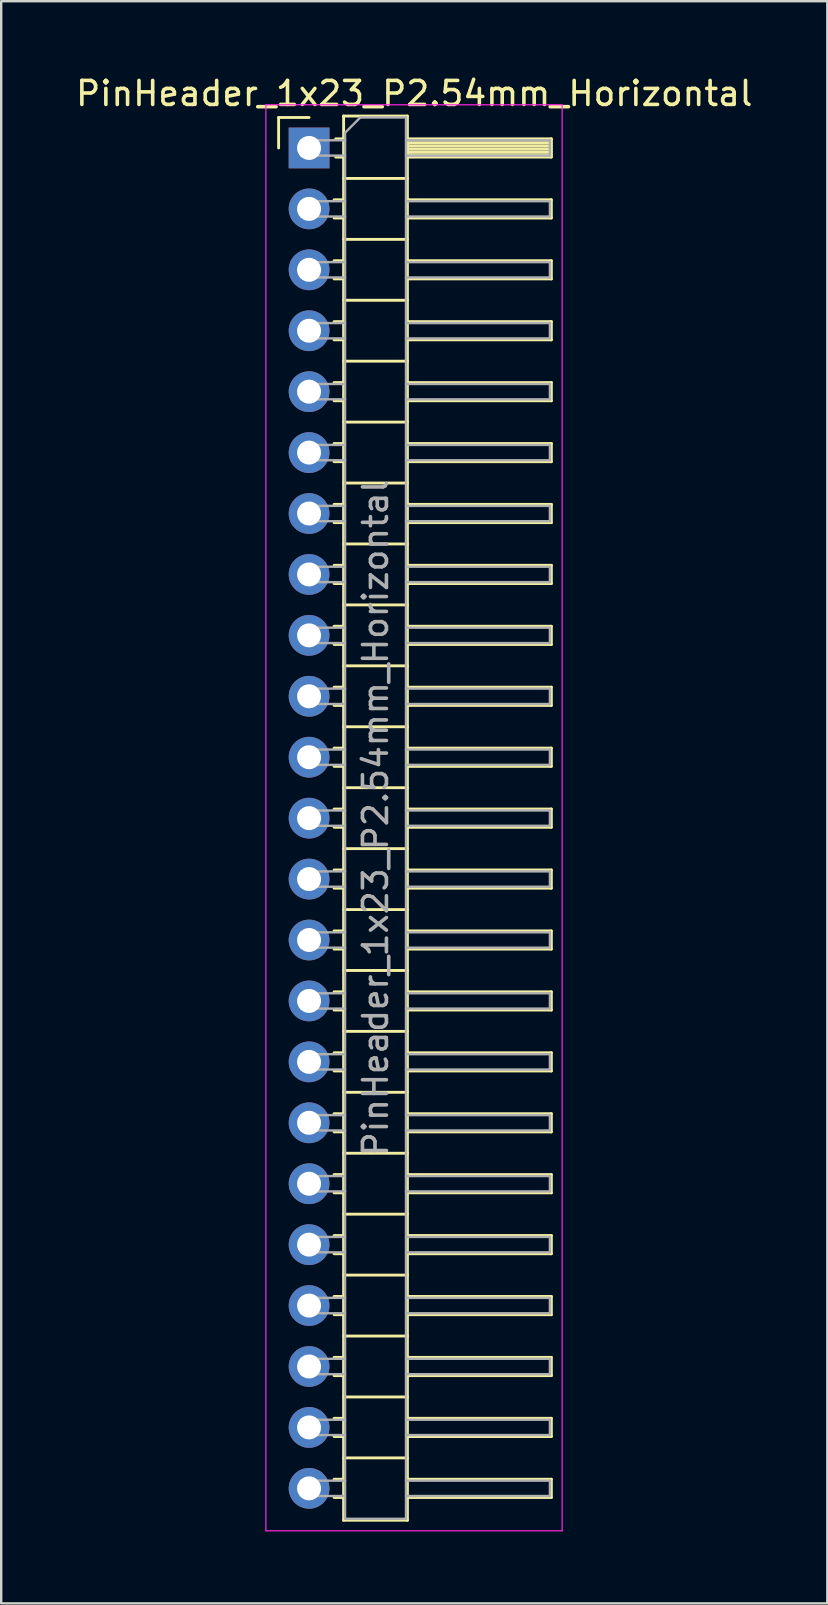
<source format=kicad_pcb>
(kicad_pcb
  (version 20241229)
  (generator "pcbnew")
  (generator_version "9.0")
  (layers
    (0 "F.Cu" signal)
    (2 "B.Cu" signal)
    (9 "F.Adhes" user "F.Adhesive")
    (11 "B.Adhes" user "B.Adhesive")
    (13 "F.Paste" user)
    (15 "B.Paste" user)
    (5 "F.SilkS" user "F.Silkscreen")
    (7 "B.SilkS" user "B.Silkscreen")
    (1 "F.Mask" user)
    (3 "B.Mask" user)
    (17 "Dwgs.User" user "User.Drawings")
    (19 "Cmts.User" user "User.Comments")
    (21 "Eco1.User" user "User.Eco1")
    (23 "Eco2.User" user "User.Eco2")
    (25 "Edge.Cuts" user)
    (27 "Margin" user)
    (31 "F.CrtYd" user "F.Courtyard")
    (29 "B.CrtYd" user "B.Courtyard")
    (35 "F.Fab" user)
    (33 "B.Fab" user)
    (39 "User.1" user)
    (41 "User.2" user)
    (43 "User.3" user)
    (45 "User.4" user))
  (footprint "PinHeader_1x23_P2.54mm_Horizontal"
    (layer "F.Cu")
    (at 9.835 3.118)
    (property "Reference" "PinHeader_1x23_P2.54mm_Horizontal" (at 4.385 -2.27 0) (layer "F.SilkS") (effects (font (size 1 1) (thickness 0.15))))
    (attr through_hole)
    (fp_line (start -1.27 -1.27) (end 0 -1.27) (stroke (width 0.12) (type solid)) (layer "F.SilkS"))
    (fp_line (start -1.27 0) (end -1.27 -1.27) (stroke (width 0.12) (type solid)) (layer "F.SilkS"))
    (fp_line (start 1.043 2.16) (end 1.44 2.16) (stroke (width 0.12) (type solid)) (layer "F.SilkS"))
    (fp_line (start 1.043 2.92) (end 1.44 2.92) (stroke (width 0.12) (type solid)) (layer "F.SilkS"))
    (fp_line (start 1.043 4.7) (end 1.44 4.7) (stroke (width 0.12) (type solid)) (layer "F.SilkS"))
    (fp_line (start 1.043 5.46) (end 1.44 5.46) (stroke (width 0.12) (type solid)) (layer "F.SilkS"))
    (fp_line (start 1.043 7.24) (end 1.44 7.24) (stroke (width 0.12) (type solid)) (layer "F.SilkS"))
    (fp_line (start 1.043 8) (end 1.44 8) (stroke (width 0.12) (type solid)) (layer "F.SilkS"))
    (fp_line (start 1.043 9.78) (end 1.44 9.78) (stroke (width 0.12) (type solid)) (layer "F.SilkS"))
    (fp_line (start 1.043 10.54) (end 1.44 10.54) (stroke (width 0.12) (type solid)) (layer "F.SilkS"))
    (fp_line (start 1.043 12.32) (end 1.44 12.32) (stroke (width 0.12) (type solid)) (layer "F.SilkS"))
    (fp_line (start 1.043 13.08) (end 1.44 13.08) (stroke (width 0.12) (type solid)) (layer "F.SilkS"))
    (fp_line (start 1.043 14.86) (end 1.44 14.86) (stroke (width 0.12) (type solid)) (layer "F.SilkS"))
    (fp_line (start 1.043 15.62) (end 1.44 15.62) (stroke (width 0.12) (type solid)) (layer "F.SilkS"))
    (fp_line (start 1.043 17.4) (end 1.44 17.4) (stroke (width 0.12) (type solid)) (layer "F.SilkS"))
    (fp_line (start 1.043 18.16) (end 1.44 18.16) (stroke (width 0.12) (type solid)) (layer "F.SilkS"))
    (fp_line (start 1.043 19.94) (end 1.44 19.94) (stroke (width 0.12) (type solid)) (layer "F.SilkS"))
    (fp_line (start 1.043 20.7) (end 1.44 20.7) (stroke (width 0.12) (type solid)) (layer "F.SilkS"))
    (fp_line (start 1.043 22.48) (end 1.44 22.48) (stroke (width 0.12) (type solid)) (layer "F.SilkS"))
    (fp_line (start 1.043 23.24) (end 1.44 23.24) (stroke (width 0.12) (type solid)) (layer "F.SilkS"))
    (fp_line (start 1.043 25.02) (end 1.44 25.02) (stroke (width 0.12) (type solid)) (layer "F.SilkS"))
    (fp_line (start 1.043 25.78) (end 1.44 25.78) (stroke (width 0.12) (type solid)) (layer "F.SilkS"))
    (fp_line (start 1.043 27.56) (end 1.44 27.56) (stroke (width 0.12) (type solid)) (layer "F.SilkS"))
    (fp_line (start 1.043 28.32) (end 1.44 28.32) (stroke (width 0.12) (type solid)) (layer "F.SilkS"))
    (fp_line (start 1.043 30.1) (end 1.44 30.1) (stroke (width 0.12) (type solid)) (layer "F.SilkS"))
    (fp_line (start 1.043 30.86) (end 1.44 30.86) (stroke (width 0.12) (type solid)) (layer "F.SilkS"))
    (fp_line (start 1.043 32.64) (end 1.44 32.64) (stroke (width 0.12) (type solid)) (layer "F.SilkS"))
    (fp_line (start 1.043 33.4) (end 1.44 33.4) (stroke (width 0.12) (type solid)) (layer "F.SilkS"))
    (fp_line (start 1.043 35.18) (end 1.44 35.18) (stroke (width 0.12) (type solid)) (layer "F.SilkS"))
    (fp_line (start 1.043 35.94) (end 1.44 35.94) (stroke (width 0.12) (type solid)) (layer "F.SilkS"))
    (fp_line (start 1.043 37.72) (end 1.44 37.72) (stroke (width 0.12) (type solid)) (layer "F.SilkS"))
    (fp_line (start 1.043 38.48) (end 1.44 38.48) (stroke (width 0.12) (type solid)) (layer "F.SilkS"))
    (fp_line (start 1.043 40.26) (end 1.44 40.26) (stroke (width 0.12) (type solid)) (layer "F.SilkS"))
    (fp_line (start 1.043 41.02) (end 1.44 41.02) (stroke (width 0.12) (type solid)) (layer "F.SilkS"))
    (fp_line (start 1.043 42.8) (end 1.44 42.8) (stroke (width 0.12) (type solid)) (layer "F.SilkS"))
    (fp_line (start 1.043 43.56) (end 1.44 43.56) (stroke (width 0.12) (type solid)) (layer "F.SilkS"))
    (fp_line (start 1.043 45.34) (end 1.44 45.34) (stroke (width 0.12) (type solid)) (layer "F.SilkS"))
    (fp_line (start 1.043 46.1) (end 1.44 46.1) (stroke (width 0.12) (type solid)) (layer "F.SilkS"))
    (fp_line (start 1.043 47.88) (end 1.44 47.88) (stroke (width 0.12) (type solid)) (layer "F.SilkS"))
    (fp_line (start 1.043 48.64) (end 1.44 48.64) (stroke (width 0.12) (type solid)) (layer "F.SilkS"))
    (fp_line (start 1.043 50.42) (end 1.44 50.42) (stroke (width 0.12) (type solid)) (layer "F.SilkS"))
    (fp_line (start 1.043 51.18) (end 1.44 51.18) (stroke (width 0.12) (type solid)) (layer "F.SilkS"))
    (fp_line (start 1.043 52.96) (end 1.44 52.96) (stroke (width 0.12) (type solid)) (layer "F.SilkS"))
    (fp_line (start 1.043 53.72) (end 1.44 53.72) (stroke (width 0.12) (type solid)) (layer "F.SilkS"))
    (fp_line (start 1.043 55.5) (end 1.44 55.5) (stroke (width 0.12) (type solid)) (layer "F.SilkS"))
    (fp_line (start 1.043 56.26) (end 1.44 56.26) (stroke (width 0.12) (type solid)) (layer "F.SilkS"))
    (fp_line (start 1.11 -0.38) (end 1.44 -0.38) (stroke (width 0.12) (type solid)) (layer "F.SilkS"))
    (fp_line (start 1.11 0.38) (end 1.44 0.38) (stroke (width 0.12) (type solid)) (layer "F.SilkS"))
    (fp_line (start 1.44 -1.33) (end 1.44 57.21) (stroke (width 0.12) (type solid)) (layer "F.SilkS"))
    (fp_line (start 1.44 1.27) (end 4.1 1.27) (stroke (width 0.12) (type solid)) (layer "F.SilkS"))
    (fp_line (start 1.44 3.81) (end 4.1 3.81) (stroke (width 0.12) (type solid)) (layer "F.SilkS"))
    (fp_line (start 1.44 6.35) (end 4.1 6.35) (stroke (width 0.12) (type solid)) (layer "F.SilkS"))
    (fp_line (start 1.44 8.89) (end 4.1 8.89) (stroke (width 0.12) (type solid)) (layer "F.SilkS"))
    (fp_line (start 1.44 11.43) (end 4.1 11.43) (stroke (width 0.12) (type solid)) (layer "F.SilkS"))
    (fp_line (start 1.44 13.97) (end 4.1 13.97) (stroke (width 0.12) (type solid)) (layer "F.SilkS"))
    (fp_line (start 1.44 16.51) (end 4.1 16.51) (stroke (width 0.12) (type solid)) (layer "F.SilkS"))
    (fp_line (start 1.44 19.05) (end 4.1 19.05) (stroke (width 0.12) (type solid)) (layer "F.SilkS"))
    (fp_line (start 1.44 21.59) (end 4.1 21.59) (stroke (width 0.12) (type solid)) (layer "F.SilkS"))
    (fp_line (start 1.44 24.13) (end 4.1 24.13) (stroke (width 0.12) (type solid)) (layer "F.SilkS"))
    (fp_line (start 1.44 26.67) (end 4.1 26.67) (stroke (width 0.12) (type solid)) (layer "F.SilkS"))
    (fp_line (start 1.44 29.21) (end 4.1 29.21) (stroke (width 0.12) (type solid)) (layer "F.SilkS"))
    (fp_line (start 1.44 31.75) (end 4.1 31.75) (stroke (width 0.12) (type solid)) (layer "F.SilkS"))
    (fp_line (start 1.44 34.29) (end 4.1 34.29) (stroke (width 0.12) (type solid)) (layer "F.SilkS"))
    (fp_line (start 1.44 36.83) (end 4.1 36.83) (stroke (width 0.12) (type solid)) (layer "F.SilkS"))
    (fp_line (start 1.44 39.37) (end 4.1 39.37) (stroke (width 0.12) (type solid)) (layer "F.SilkS"))
    (fp_line (start 1.44 41.91) (end 4.1 41.91) (stroke (width 0.12) (type solid)) (layer "F.SilkS"))
    (fp_line (start 1.44 44.45) (end 4.1 44.45) (stroke (width 0.12) (type solid)) (layer "F.SilkS"))
    (fp_line (start 1.44 46.99) (end 4.1 46.99) (stroke (width 0.12) (type solid)) (layer "F.SilkS"))
    (fp_line (start 1.44 49.53) (end 4.1 49.53) (stroke (width 0.12) (type solid)) (layer "F.SilkS"))
    (fp_line (start 1.44 52.07) (end 4.1 52.07) (stroke (width 0.12) (type solid)) (layer "F.SilkS"))
    (fp_line (start 1.44 54.61) (end 4.1 54.61) (stroke (width 0.12) (type solid)) (layer "F.SilkS"))
    (fp_line (start 1.44 57.21) (end 4.1 57.21) (stroke (width 0.12) (type solid)) (layer "F.SilkS"))
    (fp_line (start 4.1 -1.33) (end 1.44 -1.33) (stroke (width 0.12) (type solid)) (layer "F.SilkS"))
    (fp_line (start 4.1 -0.38) (end 10.1 -0.38) (stroke (width 0.12) (type solid)) (layer "F.SilkS"))
    (fp_line (start 4.1 -0.32) (end 10.1 -0.32) (stroke (width 0.12) (type solid)) (layer "F.SilkS"))
    (fp_line (start 4.1 -0.2) (end 10.1 -0.2) (stroke (width 0.12) (type solid)) (layer "F.SilkS"))
    (fp_line (start 4.1 -0.08) (end 10.1 -0.08) (stroke (width 0.12) (type solid)) (layer "F.SilkS"))
    (fp_line (start 4.1 0.04) (end 10.1 0.04) (stroke (width 0.12) (type solid)) (layer "F.SilkS"))
    (fp_line (start 4.1 0.16) (end 10.1 0.16) (stroke (width 0.12) (type solid)) (layer "F.SilkS"))
    (fp_line (start 4.1 0.28) (end 10.1 0.28) (stroke (width 0.12) (type solid)) (layer "F.SilkS"))
    (fp_line (start 4.1 2.16) (end 10.1 2.16) (stroke (width 0.12) (type solid)) (layer "F.SilkS"))
    (fp_line (start 4.1 4.7) (end 10.1 4.7) (stroke (width 0.12) (type solid)) (layer "F.SilkS"))
    (fp_line (start 4.1 7.24) (end 10.1 7.24) (stroke (width 0.12) (type solid)) (layer "F.SilkS"))
    (fp_line (start 4.1 9.78) (end 10.1 9.78) (stroke (width 0.12) (type solid)) (layer "F.SilkS"))
    (fp_line (start 4.1 12.32) (end 10.1 12.32) (stroke (width 0.12) (type solid)) (layer "F.SilkS"))
    (fp_line (start 4.1 14.86) (end 10.1 14.86) (stroke (width 0.12) (type solid)) (layer "F.SilkS"))
    (fp_line (start 4.1 17.4) (end 10.1 17.4) (stroke (width 0.12) (type solid)) (layer "F.SilkS"))
    (fp_line (start 4.1 19.94) (end 10.1 19.94) (stroke (width 0.12) (type solid)) (layer "F.SilkS"))
    (fp_line (start 4.1 22.48) (end 10.1 22.48) (stroke (width 0.12) (type solid)) (layer "F.SilkS"))
    (fp_line (start 4.1 25.02) (end 10.1 25.02) (stroke (width 0.12) (type solid)) (layer "F.SilkS"))
    (fp_line (start 4.1 27.56) (end 10.1 27.56) (stroke (width 0.12) (type solid)) (layer "F.SilkS"))
    (fp_line (start 4.1 30.1) (end 10.1 30.1) (stroke (width 0.12) (type solid)) (layer "F.SilkS"))
    (fp_line (start 4.1 32.64) (end 10.1 32.64) (stroke (width 0.12) (type solid)) (layer "F.SilkS"))
    (fp_line (start 4.1 35.18) (end 10.1 35.18) (stroke (width 0.12) (type solid)) (layer "F.SilkS"))
    (fp_line (start 4.1 37.72) (end 10.1 37.72) (stroke (width 0.12) (type solid)) (layer "F.SilkS"))
    (fp_line (start 4.1 40.26) (end 10.1 40.26) (stroke (width 0.12) (type solid)) (layer "F.SilkS"))
    (fp_line (start 4.1 42.8) (end 10.1 42.8) (stroke (width 0.12) (type solid)) (layer "F.SilkS"))
    (fp_line (start 4.1 45.34) (end 10.1 45.34) (stroke (width 0.12) (type solid)) (layer "F.SilkS"))
    (fp_line (start 4.1 47.88) (end 10.1 47.88) (stroke (width 0.12) (type solid)) (layer "F.SilkS"))
    (fp_line (start 4.1 50.42) (end 10.1 50.42) (stroke (width 0.12) (type solid)) (layer "F.SilkS"))
    (fp_line (start 4.1 52.96) (end 10.1 52.96) (stroke (width 0.12) (type solid)) (layer "F.SilkS"))
    (fp_line (start 4.1 55.5) (end 10.1 55.5) (stroke (width 0.12) (type solid)) (layer "F.SilkS"))
    (fp_line (start 4.1 57.21) (end 4.1 -1.33) (stroke (width 0.12) (type solid)) (layer "F.SilkS"))
    (fp_line (start 10.1 -0.38) (end 10.1 0.38) (stroke (width 0.12) (type solid)) (layer "F.SilkS"))
    (fp_line (start 10.1 0.38) (end 4.1 0.38) (stroke (width 0.12) (type solid)) (layer "F.SilkS"))
    (fp_line (start 10.1 2.16) (end 10.1 2.92) (stroke (width 0.12) (type solid)) (layer "F.SilkS"))
    (fp_line (start 10.1 2.92) (end 4.1 2.92) (stroke (width 0.12) (type solid)) (layer "F.SilkS"))
    (fp_line (start 10.1 4.7) (end 10.1 5.46) (stroke (width 0.12) (type solid)) (layer "F.SilkS"))
    (fp_line (start 10.1 5.46) (end 4.1 5.46) (stroke (width 0.12) (type solid)) (layer "F.SilkS"))
    (fp_line (start 10.1 7.24) (end 10.1 8) (stroke (width 0.12) (type solid)) (layer "F.SilkS"))
    (fp_line (start 10.1 8) (end 4.1 8) (stroke (width 0.12) (type solid)) (layer "F.SilkS"))
    (fp_line (start 10.1 9.78) (end 10.1 10.54) (stroke (width 0.12) (type solid)) (layer "F.SilkS"))
    (fp_line (start 10.1 10.54) (end 4.1 10.54) (stroke (width 0.12) (type solid)) (layer "F.SilkS"))
    (fp_line (start 10.1 12.32) (end 10.1 13.08) (stroke (width 0.12) (type solid)) (layer "F.SilkS"))
    (fp_line (start 10.1 13.08) (end 4.1 13.08) (stroke (width 0.12) (type solid)) (layer "F.SilkS"))
    (fp_line (start 10.1 14.86) (end 10.1 15.62) (stroke (width 0.12) (type solid)) (layer "F.SilkS"))
    (fp_line (start 10.1 15.62) (end 4.1 15.62) (stroke (width 0.12) (type solid)) (layer "F.SilkS"))
    (fp_line (start 10.1 17.4) (end 10.1 18.16) (stroke (width 0.12) (type solid)) (layer "F.SilkS"))
    (fp_line (start 10.1 18.16) (end 4.1 18.16) (stroke (width 0.12) (type solid)) (layer "F.SilkS"))
    (fp_line (start 10.1 19.94) (end 10.1 20.7) (stroke (width 0.12) (type solid)) (layer "F.SilkS"))
    (fp_line (start 10.1 20.7) (end 4.1 20.7) (stroke (width 0.12) (type solid)) (layer "F.SilkS"))
    (fp_line (start 10.1 22.48) (end 10.1 23.24) (stroke (width 0.12) (type solid)) (layer "F.SilkS"))
    (fp_line (start 10.1 23.24) (end 4.1 23.24) (stroke (width 0.12) (type solid)) (layer "F.SilkS"))
    (fp_line (start 10.1 25.02) (end 10.1 25.78) (stroke (width 0.12) (type solid)) (layer "F.SilkS"))
    (fp_line (start 10.1 25.78) (end 4.1 25.78) (stroke (width 0.12) (type solid)) (layer "F.SilkS"))
    (fp_line (start 10.1 27.56) (end 10.1 28.32) (stroke (width 0.12) (type solid)) (layer "F.SilkS"))
    (fp_line (start 10.1 28.32) (end 4.1 28.32) (stroke (width 0.12) (type solid)) (layer "F.SilkS"))
    (fp_line (start 10.1 30.1) (end 10.1 30.86) (stroke (width 0.12) (type solid)) (layer "F.SilkS"))
    (fp_line (start 10.1 30.86) (end 4.1 30.86) (stroke (width 0.12) (type solid)) (layer "F.SilkS"))
    (fp_line (start 10.1 32.64) (end 10.1 33.4) (stroke (width 0.12) (type solid)) (layer "F.SilkS"))
    (fp_line (start 10.1 33.4) (end 4.1 33.4) (stroke (width 0.12) (type solid)) (layer "F.SilkS"))
    (fp_line (start 10.1 35.18) (end 10.1 35.94) (stroke (width 0.12) (type solid)) (layer "F.SilkS"))
    (fp_line (start 10.1 35.94) (end 4.1 35.94) (stroke (width 0.12) (type solid)) (layer "F.SilkS"))
    (fp_line (start 10.1 37.72) (end 10.1 38.48) (stroke (width 0.12) (type solid)) (layer "F.SilkS"))
    (fp_line (start 10.1 38.48) (end 4.1 38.48) (stroke (width 0.12) (type solid)) (layer "F.SilkS"))
    (fp_line (start 10.1 40.26) (end 10.1 41.02) (stroke (width 0.12) (type solid)) (layer "F.SilkS"))
    (fp_line (start 10.1 41.02) (end 4.1 41.02) (stroke (width 0.12) (type solid)) (layer "F.SilkS"))
    (fp_line (start 10.1 42.8) (end 10.1 43.56) (stroke (width 0.12) (type solid)) (layer "F.SilkS"))
    (fp_line (start 10.1 43.56) (end 4.1 43.56) (stroke (width 0.12) (type solid)) (layer "F.SilkS"))
    (fp_line (start 10.1 45.34) (end 10.1 46.1) (stroke (width 0.12) (type solid)) (layer "F.SilkS"))
    (fp_line (start 10.1 46.1) (end 4.1 46.1) (stroke (width 0.12) (type solid)) (layer "F.SilkS"))
    (fp_line (start 10.1 47.88) (end 10.1 48.64) (stroke (width 0.12) (type solid)) (layer "F.SilkS"))
    (fp_line (start 10.1 48.64) (end 4.1 48.64) (stroke (width 0.12) (type solid)) (layer "F.SilkS"))
    (fp_line (start 10.1 50.42) (end 10.1 51.18) (stroke (width 0.12) (type solid)) (layer "F.SilkS"))
    (fp_line (start 10.1 51.18) (end 4.1 51.18) (stroke (width 0.12) (type solid)) (layer "F.SilkS"))
    (fp_line (start 10.1 52.96) (end 10.1 53.72) (stroke (width 0.12) (type solid)) (layer "F.SilkS"))
    (fp_line (start 10.1 53.72) (end 4.1 53.72) (stroke (width 0.12) (type solid)) (layer "F.SilkS"))
    (fp_line (start 10.1 55.5) (end 10.1 56.26) (stroke (width 0.12) (type solid)) (layer "F.SilkS"))
    (fp_line (start 10.1 56.26) (end 4.1 56.26) (stroke (width 0.12) (type solid)) (layer "F.SilkS"))
    (fp_line (start -1.8 -1.8) (end -1.8 57.65) (stroke (width 0.05) (type solid)) (layer "F.CrtYd"))
    (fp_line (start -1.8 57.65) (end 10.55 57.65) (stroke (width 0.05) (type solid)) (layer "F.CrtYd"))
    (fp_line (start 10.55 -1.8) (end -1.8 -1.8) (stroke (width 0.05) (type solid)) (layer "F.CrtYd"))
    (fp_line (start 10.55 57.65) (end 10.55 -1.8) (stroke (width 0.05) (type solid)) (layer "F.CrtYd"))
    (fp_line (start -0.32 -0.32) (end -0.32 0.32) (stroke (width 0.1) (type solid)) (layer "F.Fab"))
    (fp_line (start -0.32 -0.32) (end 1.5 -0.32) (stroke (width 0.1) (type solid)) (layer "F.Fab"))
    (fp_line (start -0.32 0.32) (end 1.5 0.32) (stroke (width 0.1) (type solid)) (layer "F.Fab"))
    (fp_line (start -0.32 2.22) (end -0.32 2.86) (stroke (width 0.1) (type solid)) (layer "F.Fab"))
    (fp_line (start -0.32 2.22) (end 1.5 2.22) (stroke (width 0.1) (type solid)) (layer "F.Fab"))
    (fp_line (start -0.32 2.86) (end 1.5 2.86) (stroke (width 0.1) (type solid)) (layer "F.Fab"))
    (fp_line (start -0.32 4.76) (end -0.32 5.4) (stroke (width 0.1) (type solid)) (layer "F.Fab"))
    (fp_line (start -0.32 4.76) (end 1.5 4.76) (stroke (width 0.1) (type solid)) (layer "F.Fab"))
    (fp_line (start -0.32 5.4) (end 1.5 5.4) (stroke (width 0.1) (type solid)) (layer "F.Fab"))
    (fp_line (start -0.32 7.3) (end -0.32 7.94) (stroke (width 0.1) (type solid)) (layer "F.Fab"))
    (fp_line (start -0.32 7.3) (end 1.5 7.3) (stroke (width 0.1) (type solid)) (layer "F.Fab"))
    (fp_line (start -0.32 7.94) (end 1.5 7.94) (stroke (width 0.1) (type solid)) (layer "F.Fab"))
    (fp_line (start -0.32 9.84) (end -0.32 10.48) (stroke (width 0.1) (type solid)) (layer "F.Fab"))
    (fp_line (start -0.32 9.84) (end 1.5 9.84) (stroke (width 0.1) (type solid)) (layer "F.Fab"))
    (fp_line (start -0.32 10.48) (end 1.5 10.48) (stroke (width 0.1) (type solid)) (layer "F.Fab"))
    (fp_line (start -0.32 12.38) (end -0.32 13.02) (stroke (width 0.1) (type solid)) (layer "F.Fab"))
    (fp_line (start -0.32 12.38) (end 1.5 12.38) (stroke (width 0.1) (type solid)) (layer "F.Fab"))
    (fp_line (start -0.32 13.02) (end 1.5 13.02) (stroke (width 0.1) (type solid)) (layer "F.Fab"))
    (fp_line (start -0.32 14.92) (end -0.32 15.56) (stroke (width 0.1) (type solid)) (layer "F.Fab"))
    (fp_line (start -0.32 14.92) (end 1.5 14.92) (stroke (width 0.1) (type solid)) (layer "F.Fab"))
    (fp_line (start -0.32 15.56) (end 1.5 15.56) (stroke (width 0.1) (type solid)) (layer "F.Fab"))
    (fp_line (start -0.32 17.46) (end -0.32 18.1) (stroke (width 0.1) (type solid)) (layer "F.Fab"))
    (fp_line (start -0.32 17.46) (end 1.5 17.46) (stroke (width 0.1) (type solid)) (layer "F.Fab"))
    (fp_line (start -0.32 18.1) (end 1.5 18.1) (stroke (width 0.1) (type solid)) (layer "F.Fab"))
    (fp_line (start -0.32 20) (end -0.32 20.64) (stroke (width 0.1) (type solid)) (layer "F.Fab"))
    (fp_line (start -0.32 20) (end 1.5 20) (stroke (width 0.1) (type solid)) (layer "F.Fab"))
    (fp_line (start -0.32 20.64) (end 1.5 20.64) (stroke (width 0.1) (type solid)) (layer "F.Fab"))
    (fp_line (start -0.32 22.54) (end -0.32 23.18) (stroke (width 0.1) (type solid)) (layer "F.Fab"))
    (fp_line (start -0.32 22.54) (end 1.5 22.54) (stroke (width 0.1) (type solid)) (layer "F.Fab"))
    (fp_line (start -0.32 23.18) (end 1.5 23.18) (stroke (width 0.1) (type solid)) (layer "F.Fab"))
    (fp_line (start -0.32 25.08) (end -0.32 25.72) (stroke (width 0.1) (type solid)) (layer "F.Fab"))
    (fp_line (start -0.32 25.08) (end 1.5 25.08) (stroke (width 0.1) (type solid)) (layer "F.Fab"))
    (fp_line (start -0.32 25.72) (end 1.5 25.72) (stroke (width 0.1) (type solid)) (layer "F.Fab"))
    (fp_line (start -0.32 27.62) (end -0.32 28.26) (stroke (width 0.1) (type solid)) (layer "F.Fab"))
    (fp_line (start -0.32 27.62) (end 1.5 27.62) (stroke (width 0.1) (type solid)) (layer "F.Fab"))
    (fp_line (start -0.32 28.26) (end 1.5 28.26) (stroke (width 0.1) (type solid)) (layer "F.Fab"))
    (fp_line (start -0.32 30.16) (end -0.32 30.8) (stroke (width 0.1) (type solid)) (layer "F.Fab"))
    (fp_line (start -0.32 30.16) (end 1.5 30.16) (stroke (width 0.1) (type solid)) (layer "F.Fab"))
    (fp_line (start -0.32 30.8) (end 1.5 30.8) (stroke (width 0.1) (type solid)) (layer "F.Fab"))
    (fp_line (start -0.32 32.7) (end -0.32 33.34) (stroke (width 0.1) (type solid)) (layer "F.Fab"))
    (fp_line (start -0.32 32.7) (end 1.5 32.7) (stroke (width 0.1) (type solid)) (layer "F.Fab"))
    (fp_line (start -0.32 33.34) (end 1.5 33.34) (stroke (width 0.1) (type solid)) (layer "F.Fab"))
    (fp_line (start -0.32 35.24) (end -0.32 35.88) (stroke (width 0.1) (type solid)) (layer "F.Fab"))
    (fp_line (start -0.32 35.24) (end 1.5 35.24) (stroke (width 0.1) (type solid)) (layer "F.Fab"))
    (fp_line (start -0.32 35.88) (end 1.5 35.88) (stroke (width 0.1) (type solid)) (layer "F.Fab"))
    (fp_line (start -0.32 37.78) (end -0.32 38.42) (stroke (width 0.1) (type solid)) (layer "F.Fab"))
    (fp_line (start -0.32 37.78) (end 1.5 37.78) (stroke (width 0.1) (type solid)) (layer "F.Fab"))
    (fp_line (start -0.32 38.42) (end 1.5 38.42) (stroke (width 0.1) (type solid)) (layer "F.Fab"))
    (fp_line (start -0.32 40.32) (end -0.32 40.96) (stroke (width 0.1) (type solid)) (layer "F.Fab"))
    (fp_line (start -0.32 40.32) (end 1.5 40.32) (stroke (width 0.1) (type solid)) (layer "F.Fab"))
    (fp_line (start -0.32 40.96) (end 1.5 40.96) (stroke (width 0.1) (type solid)) (layer "F.Fab"))
    (fp_line (start -0.32 42.86) (end -0.32 43.5) (stroke (width 0.1) (type solid)) (layer "F.Fab"))
    (fp_line (start -0.32 42.86) (end 1.5 42.86) (stroke (width 0.1) (type solid)) (layer "F.Fab"))
    (fp_line (start -0.32 43.5) (end 1.5 43.5) (stroke (width 0.1) (type solid)) (layer "F.Fab"))
    (fp_line (start -0.32 45.4) (end -0.32 46.04) (stroke (width 0.1) (type solid)) (layer "F.Fab"))
    (fp_line (start -0.32 45.4) (end 1.5 45.4) (stroke (width 0.1) (type solid)) (layer "F.Fab"))
    (fp_line (start -0.32 46.04) (end 1.5 46.04) (stroke (width 0.1) (type solid)) (layer "F.Fab"))
    (fp_line (start -0.32 47.94) (end -0.32 48.58) (stroke (width 0.1) (type solid)) (layer "F.Fab"))
    (fp_line (start -0.32 47.94) (end 1.5 47.94) (stroke (width 0.1) (type solid)) (layer "F.Fab"))
    (fp_line (start -0.32 48.58) (end 1.5 48.58) (stroke (width 0.1) (type solid)) (layer "F.Fab"))
    (fp_line (start -0.32 50.48) (end -0.32 51.12) (stroke (width 0.1) (type solid)) (layer "F.Fab"))
    (fp_line (start -0.32 50.48) (end 1.5 50.48) (stroke (width 0.1) (type solid)) (layer "F.Fab"))
    (fp_line (start -0.32 51.12) (end 1.5 51.12) (stroke (width 0.1) (type solid)) (layer "F.Fab"))
    (fp_line (start -0.32 53.02) (end -0.32 53.66) (stroke (width 0.1) (type solid)) (layer "F.Fab"))
    (fp_line (start -0.32 53.02) (end 1.5 53.02) (stroke (width 0.1) (type solid)) (layer "F.Fab"))
    (fp_line (start -0.32 53.66) (end 1.5 53.66) (stroke (width 0.1) (type solid)) (layer "F.Fab"))
    (fp_line (start -0.32 55.56) (end -0.32 56.2) (stroke (width 0.1) (type solid)) (layer "F.Fab"))
    (fp_line (start -0.32 55.56) (end 1.5 55.56) (stroke (width 0.1) (type solid)) (layer "F.Fab"))
    (fp_line (start -0.32 56.2) (end 1.5 56.2) (stroke (width 0.1) (type solid)) (layer "F.Fab"))
    (fp_line (start 1.5 -0.635) (end 2.135 -1.27) (stroke (width 0.1) (type solid)) (layer "F.Fab"))
    (fp_line (start 1.5 57.15) (end 1.5 -0.635) (stroke (width 0.1) (type solid)) (layer "F.Fab"))
    (fp_line (start 2.135 -1.27) (end 4.04 -1.27) (stroke (width 0.1) (type solid)) (layer "F.Fab"))
    (fp_line (start 4.04 -1.27) (end 4.04 57.15) (stroke (width 0.1) (type solid)) (layer "F.Fab"))
    (fp_line (start 4.04 -0.32) (end 10.04 -0.32) (stroke (width 0.1) (type solid)) (layer "F.Fab"))
    (fp_line (start 4.04 0.32) (end 10.04 0.32) (stroke (width 0.1) (type solid)) (layer "F.Fab"))
    (fp_line (start 4.04 2.22) (end 10.04 2.22) (stroke (width 0.1) (type solid)) (layer "F.Fab"))
    (fp_line (start 4.04 2.86) (end 10.04 2.86) (stroke (width 0.1) (type solid)) (layer "F.Fab"))
    (fp_line (start 4.04 4.76) (end 10.04 4.76) (stroke (width 0.1) (type solid)) (layer "F.Fab"))
    (fp_line (start 4.04 5.4) (end 10.04 5.4) (stroke (width 0.1) (type solid)) (layer "F.Fab"))
    (fp_line (start 4.04 7.3) (end 10.04 7.3) (stroke (width 0.1) (type solid)) (layer "F.Fab"))
    (fp_line (start 4.04 7.94) (end 10.04 7.94) (stroke (width 0.1) (type solid)) (layer "F.Fab"))
    (fp_line (start 4.04 9.84) (end 10.04 9.84) (stroke (width 0.1) (type solid)) (layer "F.Fab"))
    (fp_line (start 4.04 10.48) (end 10.04 10.48) (stroke (width 0.1) (type solid)) (layer "F.Fab"))
    (fp_line (start 4.04 12.38) (end 10.04 12.38) (stroke (width 0.1) (type solid)) (layer "F.Fab"))
    (fp_line (start 4.04 13.02) (end 10.04 13.02) (stroke (width 0.1) (type solid)) (layer "F.Fab"))
    (fp_line (start 4.04 14.92) (end 10.04 14.92) (stroke (width 0.1) (type solid)) (layer "F.Fab"))
    (fp_line (start 4.04 15.56) (end 10.04 15.56) (stroke (width 0.1) (type solid)) (layer "F.Fab"))
    (fp_line (start 4.04 17.46) (end 10.04 17.46) (stroke (width 0.1) (type solid)) (layer "F.Fab"))
    (fp_line (start 4.04 18.1) (end 10.04 18.1) (stroke (width 0.1) (type solid)) (layer "F.Fab"))
    (fp_line (start 4.04 20) (end 10.04 20) (stroke (width 0.1) (type solid)) (layer "F.Fab"))
    (fp_line (start 4.04 20.64) (end 10.04 20.64) (stroke (width 0.1) (type solid)) (layer "F.Fab"))
    (fp_line (start 4.04 22.54) (end 10.04 22.54) (stroke (width 0.1) (type solid)) (layer "F.Fab"))
    (fp_line (start 4.04 23.18) (end 10.04 23.18) (stroke (width 0.1) (type solid)) (layer "F.Fab"))
    (fp_line (start 4.04 25.08) (end 10.04 25.08) (stroke (width 0.1) (type solid)) (layer "F.Fab"))
    (fp_line (start 4.04 25.72) (end 10.04 25.72) (stroke (width 0.1) (type solid)) (layer "F.Fab"))
    (fp_line (start 4.04 27.62) (end 10.04 27.62) (stroke (width 0.1) (type solid)) (layer "F.Fab"))
    (fp_line (start 4.04 28.26) (end 10.04 28.26) (stroke (width 0.1) (type solid)) (layer "F.Fab"))
    (fp_line (start 4.04 30.16) (end 10.04 30.16) (stroke (width 0.1) (type solid)) (layer "F.Fab"))
    (fp_line (start 4.04 30.8) (end 10.04 30.8) (stroke (width 0.1) (type solid)) (layer "F.Fab"))
    (fp_line (start 4.04 32.7) (end 10.04 32.7) (stroke (width 0.1) (type solid)) (layer "F.Fab"))
    (fp_line (start 4.04 33.34) (end 10.04 33.34) (stroke (width 0.1) (type solid)) (layer "F.Fab"))
    (fp_line (start 4.04 35.24) (end 10.04 35.24) (stroke (width 0.1) (type solid)) (layer "F.Fab"))
    (fp_line (start 4.04 35.88) (end 10.04 35.88) (stroke (width 0.1) (type solid)) (layer "F.Fab"))
    (fp_line (start 4.04 37.78) (end 10.04 37.78) (stroke (width 0.1) (type solid)) (layer "F.Fab"))
    (fp_line (start 4.04 38.42) (end 10.04 38.42) (stroke (width 0.1) (type solid)) (layer "F.Fab"))
    (fp_line (start 4.04 40.32) (end 10.04 40.32) (stroke (width 0.1) (type solid)) (layer "F.Fab"))
    (fp_line (start 4.04 40.96) (end 10.04 40.96) (stroke (width 0.1) (type solid)) (layer "F.Fab"))
    (fp_line (start 4.04 42.86) (end 10.04 42.86) (stroke (width 0.1) (type solid)) (layer "F.Fab"))
    (fp_line (start 4.04 43.5) (end 10.04 43.5) (stroke (width 0.1) (type solid)) (layer "F.Fab"))
    (fp_line (start 4.04 45.4) (end 10.04 45.4) (stroke (width 0.1) (type solid)) (layer "F.Fab"))
    (fp_line (start 4.04 46.04) (end 10.04 46.04) (stroke (width 0.1) (type solid)) (layer "F.Fab"))
    (fp_line (start 4.04 47.94) (end 10.04 47.94) (stroke (width 0.1) (type solid)) (layer "F.Fab"))
    (fp_line (start 4.04 48.58) (end 10.04 48.58) (stroke (width 0.1) (type solid)) (layer "F.Fab"))
    (fp_line (start 4.04 50.48) (end 10.04 50.48) (stroke (width 0.1) (type solid)) (layer "F.Fab"))
    (fp_line (start 4.04 51.12) (end 10.04 51.12) (stroke (width 0.1) (type solid)) (layer "F.Fab"))
    (fp_line (start 4.04 53.02) (end 10.04 53.02) (stroke (width 0.1) (type solid)) (layer "F.Fab"))
    (fp_line (start 4.04 53.66) (end 10.04 53.66) (stroke (width 0.1) (type solid)) (layer "F.Fab"))
    (fp_line (start 4.04 55.56) (end 10.04 55.56) (stroke (width 0.1) (type solid)) (layer "F.Fab"))
    (fp_line (start 4.04 56.2) (end 10.04 56.2) (stroke (width 0.1) (type solid)) (layer "F.Fab"))
    (fp_line (start 4.04 57.15) (end 1.5 57.15) (stroke (width 0.1) (type solid)) (layer "F.Fab"))
    (fp_line (start 10.04 -0.32) (end 10.04 0.32) (stroke (width 0.1) (type solid)) (layer "F.Fab"))
    (fp_line (start 10.04 2.22) (end 10.04 2.86) (stroke (width 0.1) (type solid)) (layer "F.Fab"))
    (fp_line (start 10.04 4.76) (end 10.04 5.4) (stroke (width 0.1) (type solid)) (layer "F.Fab"))
    (fp_line (start 10.04 7.3) (end 10.04 7.94) (stroke (width 0.1) (type solid)) (layer "F.Fab"))
    (fp_line (start 10.04 9.84) (end 10.04 10.48) (stroke (width 0.1) (type solid)) (layer "F.Fab"))
    (fp_line (start 10.04 12.38) (end 10.04 13.02) (stroke (width 0.1) (type solid)) (layer "F.Fab"))
    (fp_line (start 10.04 14.92) (end 10.04 15.56) (stroke (width 0.1) (type solid)) (layer "F.Fab"))
    (fp_line (start 10.04 17.46) (end 10.04 18.1) (stroke (width 0.1) (type solid)) (layer "F.Fab"))
    (fp_line (start 10.04 20) (end 10.04 20.64) (stroke (width 0.1) (type solid)) (layer "F.Fab"))
    (fp_line (start 10.04 22.54) (end 10.04 23.18) (stroke (width 0.1) (type solid)) (layer "F.Fab"))
    (fp_line (start 10.04 25.08) (end 10.04 25.72) (stroke (width 0.1) (type solid)) (layer "F.Fab"))
    (fp_line (start 10.04 27.62) (end 10.04 28.26) (stroke (width 0.1) (type solid)) (layer "F.Fab"))
    (fp_line (start 10.04 30.16) (end 10.04 30.8) (stroke (width 0.1) (type solid)) (layer "F.Fab"))
    (fp_line (start 10.04 32.7) (end 10.04 33.34) (stroke (width 0.1) (type solid)) (layer "F.Fab"))
    (fp_line (start 10.04 35.24) (end 10.04 35.88) (stroke (width 0.1) (type solid)) (layer "F.Fab"))
    (fp_line (start 10.04 37.78) (end 10.04 38.42) (stroke (width 0.1) (type solid)) (layer "F.Fab"))
    (fp_line (start 10.04 40.32) (end 10.04 40.96) (stroke (width 0.1) (type solid)) (layer "F.Fab"))
    (fp_line (start 10.04 42.86) (end 10.04 43.5) (stroke (width 0.1) (type solid)) (layer "F.Fab"))
    (fp_line (start 10.04 45.4) (end 10.04 46.04) (stroke (width 0.1) (type solid)) (layer "F.Fab"))
    (fp_line (start 10.04 47.94) (end 10.04 48.58) (stroke (width 0.1) (type solid)) (layer "F.Fab"))
    (fp_line (start 10.04 50.48) (end 10.04 51.12) (stroke (width 0.1) (type solid)) (layer "F.Fab"))
    (fp_line (start 10.04 53.02) (end 10.04 53.66) (stroke (width 0.1) (type solid)) (layer "F.Fab"))
    (fp_line (start 10.04 55.56) (end 10.04 56.2) (stroke (width 0.1) (type solid)) (layer "F.Fab"))
    (fp_text user "${REFERENCE}" (at 2.77 27.94 90) (layer "F.Fab") (effects (font (size 1 1) (thickness 0.15))))
    (pad "1" thru_hole rect (at 0 0) (size 1.7 1.7) (drill 1) (layers "*.Cu" "*.Mask"))
    (pad "2" thru_hole oval (at 0 2.54) (size 1.7 1.7) (drill 1) (layers "*.Cu" "*.Mask"))
    (pad "3" thru_hole oval (at 0 5.08) (size 1.7 1.7) (drill 1) (layers "*.Cu" "*.Mask"))
    (pad "4" thru_hole oval (at 0 7.62) (size 1.7 1.7) (drill 1) (layers "*.Cu" "*.Mask"))
    (pad "5" thru_hole oval (at 0 10.16) (size 1.7 1.7) (drill 1) (layers "*.Cu" "*.Mask"))
    (pad "6" thru_hole oval (at 0 12.7) (size 1.7 1.7) (drill 1) (layers "*.Cu" "*.Mask"))
    (pad "7" thru_hole oval (at 0 15.24) (size 1.7 1.7) (drill 1) (layers "*.Cu" "*.Mask"))
    (pad "8" thru_hole oval (at 0 17.78) (size 1.7 1.7) (drill 1) (layers "*.Cu" "*.Mask"))
    (pad "9" thru_hole oval (at 0 20.32) (size 1.7 1.7) (drill 1) (layers "*.Cu" "*.Mask"))
    (pad "10" thru_hole oval (at 0 22.86) (size 1.7 1.7) (drill 1) (layers "*.Cu" "*.Mask"))
    (pad "11" thru_hole oval (at 0 25.4) (size 1.7 1.7) (drill 1) (layers "*.Cu" "*.Mask"))
    (pad "12" thru_hole oval (at 0 27.94) (size 1.7 1.7) (drill 1) (layers "*.Cu" "*.Mask"))
    (pad "13" thru_hole oval (at 0 30.48) (size 1.7 1.7) (drill 1) (layers "*.Cu" "*.Mask"))
    (pad "14" thru_hole oval (at 0 33.02) (size 1.7 1.7) (drill 1) (layers "*.Cu" "*.Mask"))
    (pad "15" thru_hole oval (at 0 35.56) (size 1.7 1.7) (drill 1) (layers "*.Cu" "*.Mask"))
    (pad "16" thru_hole oval (at 0 38.1) (size 1.7 1.7) (drill 1) (layers "*.Cu" "*.Mask"))
    (pad "17" thru_hole oval (at 0 40.64) (size 1.7 1.7) (drill 1) (layers "*.Cu" "*.Mask"))
    (pad "18" thru_hole oval (at 0 43.18) (size 1.7 1.7) (drill 1) (layers "*.Cu" "*.Mask"))
    (pad "19" thru_hole oval (at 0 45.72) (size 1.7 1.7) (drill 1) (layers "*.Cu" "*.Mask"))
    (pad "20" thru_hole oval (at 0 48.26) (size 1.7 1.7) (drill 1) (layers "*.Cu" "*.Mask"))
    (pad "21" thru_hole oval (at 0 50.8) (size 1.7 1.7) (drill 1) (layers "*.Cu" "*.Mask"))
    (pad "22" thru_hole oval (at 0 53.34) (size 1.7 1.7) (drill 1) (layers "*.Cu" "*.Mask"))
    (pad "23" thru_hole oval (at 0 55.88) (size 1.7 1.7) (drill 1) (layers "*.Cu" "*.Mask")))
  (gr_rect
    (start -3 -3)
    (end 31.44 63.793)
    (stroke (width 0.1) (type default))
    (fill no)
    (layer "Edge.Cuts")))
</source>
